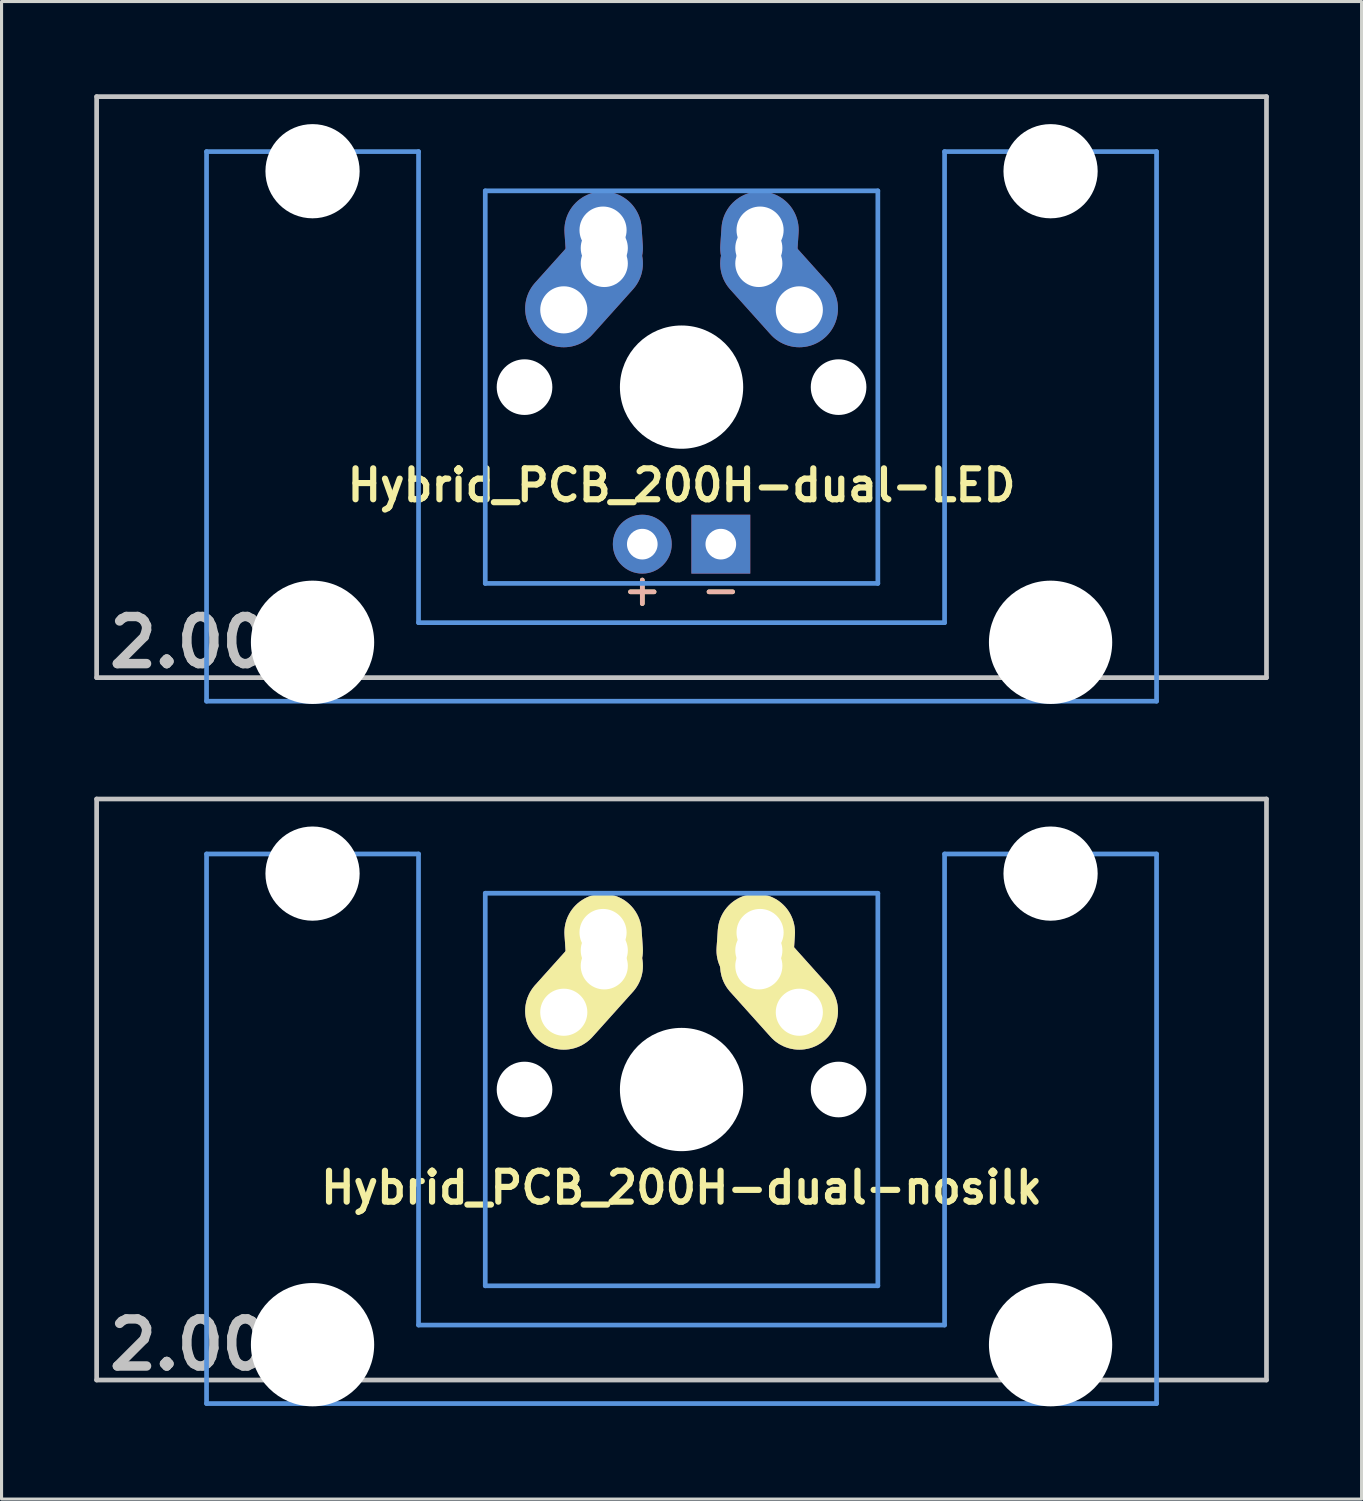
<source format=kicad_pcb>
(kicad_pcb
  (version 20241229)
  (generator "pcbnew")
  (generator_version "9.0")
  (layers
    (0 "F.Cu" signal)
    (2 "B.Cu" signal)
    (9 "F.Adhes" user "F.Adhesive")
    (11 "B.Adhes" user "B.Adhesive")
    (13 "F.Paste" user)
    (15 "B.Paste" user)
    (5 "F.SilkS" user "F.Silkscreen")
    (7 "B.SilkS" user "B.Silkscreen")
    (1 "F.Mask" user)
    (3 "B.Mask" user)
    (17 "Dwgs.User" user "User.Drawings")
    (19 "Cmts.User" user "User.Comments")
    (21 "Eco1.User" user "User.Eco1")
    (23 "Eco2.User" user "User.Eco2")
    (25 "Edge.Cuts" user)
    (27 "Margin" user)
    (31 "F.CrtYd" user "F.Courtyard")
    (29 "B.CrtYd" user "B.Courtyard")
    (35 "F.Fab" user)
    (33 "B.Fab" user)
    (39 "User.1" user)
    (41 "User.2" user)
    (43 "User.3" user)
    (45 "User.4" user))
  (footprint "Hybrid_PCB_200H-dual-LED"
    (layer "F.Cu")
    (at 18.999 9.474)
    (property "Reference" "Hybrid_PCB_200H-dual-LED" (at 0 3.175 0) (layer "F.SilkS") (effects (font (size 1 1) (thickness 0.2))))
    (attr through_hole)
    (fp_line (start -18.923 -9.398) (end 18.923 -9.398) (stroke (width 0.152) (type solid)) (layer "Dwgs.User"))
    (fp_line (start -18.923 9.398) (end -18.923 -9.398) (stroke (width 0.152) (type solid)) (layer "Dwgs.User"))
    (fp_line (start 18.923 -9.398) (end 18.923 9.398) (stroke (width 0.152) (type solid)) (layer "Dwgs.User"))
    (fp_line (start 18.923 9.398) (end -18.923 9.398) (stroke (width 0.152) (type solid)) (layer "Dwgs.User"))
    (fp_line (start -15.367 -7.62) (end -15.367 10.16) (stroke (width 0.152) (type solid)) (layer "Cmts.User"))
    (fp_line (start -15.367 10.16) (end 15.367 10.16) (stroke (width 0.152) (type solid)) (layer "Cmts.User"))
    (fp_line (start -8.509 -7.62) (end -15.367 -7.62) (stroke (width 0.152) (type solid)) (layer "Cmts.User"))
    (fp_line (start -8.509 7.62) (end -8.509 -7.62) (stroke (width 0.152) (type solid)) (layer "Cmts.User"))
    (fp_line (start -6.35 -6.35) (end 6.35 -6.35) (stroke (width 0.152) (type solid)) (layer "Cmts.User"))
    (fp_line (start -6.35 6.35) (end -6.35 -6.35) (stroke (width 0.152) (type solid)) (layer "Cmts.User"))
    (fp_line (start 6.35 -6.35) (end 6.35 6.35) (stroke (width 0.152) (type solid)) (layer "Cmts.User"))
    (fp_line (start 6.35 6.35) (end -6.35 6.35) (stroke (width 0.152) (type solid)) (layer "Cmts.User"))
    (fp_line (start 8.509 -7.62) (end 8.509 7.62) (stroke (width 0.152) (type solid)) (layer "Cmts.User"))
    (fp_line (start 8.509 7.62) (end -8.509 7.62) (stroke (width 0.152) (type solid)) (layer "Cmts.User"))
    (fp_line (start 15.367 -7.62) (end 8.509 -7.62) (stroke (width 0.152) (type solid)) (layer "Cmts.User"))
    (fp_line (start 15.367 10.16) (end 15.367 -7.62) (stroke (width 0.152) (type solid)) (layer "Cmts.User"))
    (fp_line (start -16.129 -2.286) (end -15.265 -2.286) (stroke (width 0.152) (type solid)) (layer "Eco2.User"))
    (fp_line (start -16.129 0.508) (end -16.129 -2.286) (stroke (width 0.152) (type solid)) (layer "Eco2.User"))
    (fp_line (start -15.265 -5.69) (end -8.611 -5.69) (stroke (width 0.152) (type solid)) (layer "Eco2.User"))
    (fp_line (start -15.265 -2.286) (end -15.265 -5.69) (stroke (width 0.152) (type solid)) (layer "Eco2.User"))
    (fp_line (start -15.265 0.508) (end -16.129 0.508) (stroke (width 0.152) (type solid)) (layer "Eco2.User"))
    (fp_line (start -15.265 6.604) (end -15.265 0.508) (stroke (width 0.152) (type solid)) (layer "Eco2.User"))
    (fp_line (start -14.224 6.604) (end -15.265 6.604) (stroke (width 0.152) (type solid)) (layer "Eco2.User"))
    (fp_line (start -14.224 7.772) (end -14.224 6.604) (stroke (width 0.152) (type solid)) (layer "Eco2.User"))
    (fp_line (start -9.652 6.604) (end -9.652 7.772) (stroke (width 0.152) (type solid)) (layer "Eco2.User"))
    (fp_line (start -9.652 7.772) (end -14.224 7.772) (stroke (width 0.152) (type solid)) (layer "Eco2.User"))
    (fp_line (start -8.611 -5.69) (end -8.611 -4.877) (stroke (width 0.152) (type solid)) (layer "Eco2.User"))
    (fp_line (start -8.611 -4.877) (end -6.985 -4.877) (stroke (width 0.152) (type solid)) (layer "Eco2.User"))
    (fp_line (start -8.611 5.817) (end -8.611 6.604) (stroke (width 0.152) (type solid)) (layer "Eco2.User"))
    (fp_line (start -8.611 6.604) (end -9.652 6.604) (stroke (width 0.152) (type solid)) (layer "Eco2.User"))
    (fp_line (start -6.985 -6.985) (end 6.985 -6.985) (stroke (width 0.152) (type solid)) (layer "Eco2.User"))
    (fp_line (start -6.985 -4.877) (end -6.985 -6.985) (stroke (width 0.152) (type solid)) (layer "Eco2.User"))
    (fp_line (start -6.985 5.817) (end -8.611 5.817) (stroke (width 0.152) (type solid)) (layer "Eco2.User"))
    (fp_line (start -6.985 6.985) (end -6.985 5.817) (stroke (width 0.152) (type solid)) (layer "Eco2.User"))
    (fp_line (start 6.985 -6.985) (end 6.985 -4.877) (stroke (width 0.152) (type solid)) (layer "Eco2.User"))
    (fp_line (start 6.985 -4.877) (end 8.611 -4.877) (stroke (width 0.152) (type solid)) (layer "Eco2.User"))
    (fp_line (start 6.985 5.817) (end 6.985 6.985) (stroke (width 0.152) (type solid)) (layer "Eco2.User"))
    (fp_line (start 6.985 6.985) (end -6.985 6.985) (stroke (width 0.152) (type solid)) (layer "Eco2.User"))
    (fp_line (start 8.611 -5.69) (end 15.265 -5.69) (stroke (width 0.152) (type solid)) (layer "Eco2.User"))
    (fp_line (start 8.611 -4.877) (end 8.611 -5.69) (stroke (width 0.152) (type solid)) (layer "Eco2.User"))
    (fp_line (start 8.611 5.817) (end 6.985 5.817) (stroke (width 0.152) (type solid)) (layer "Eco2.User"))
    (fp_line (start 8.611 6.604) (end 8.611 5.817) (stroke (width 0.152) (type solid)) (layer "Eco2.User"))
    (fp_line (start 9.652 6.604) (end 8.611 6.604) (stroke (width 0.152) (type solid)) (layer "Eco2.User"))
    (fp_line (start 9.652 7.772) (end 9.652 6.604) (stroke (width 0.152) (type solid)) (layer "Eco2.User"))
    (fp_line (start 14.224 6.604) (end 14.224 7.772) (stroke (width 0.152) (type solid)) (layer "Eco2.User"))
    (fp_line (start 14.224 7.772) (end 9.652 7.772) (stroke (width 0.152) (type solid)) (layer "Eco2.User"))
    (fp_line (start 15.265 -5.69) (end 15.265 -2.286) (stroke (width 0.152) (type solid)) (layer "Eco2.User"))
    (fp_line (start 15.265 -2.286) (end 16.129 -2.286) (stroke (width 0.152) (type solid)) (layer "Eco2.User"))
    (fp_line (start 15.265 0.508) (end 15.265 6.604) (stroke (width 0.152) (type solid)) (layer "Eco2.User"))
    (fp_line (start 15.265 6.604) (end 14.224 6.604) (stroke (width 0.152) (type solid)) (layer "Eco2.User"))
    (fp_line (start 16.129 -2.286) (end 16.129 0.508) (stroke (width 0.152) (type solid)) (layer "Eco2.User"))
    (fp_line (start 16.129 0.508) (end 15.265 0.508) (stroke (width 0.152) (type solid)) (layer "Eco2.User"))
    (fp_text user "+" (at -1.27 6.548 0) (layer "F.SilkS") (effects (font (size 1 1) (thickness 0.15))))
    (fp_text user "-" (at 1.27 6.548 0) (layer "F.SilkS") (effects (font (size 1 1) (thickness 0.15))))
    (fp_text user "-" (at 1.27 6.548 0) (layer "B.SilkS") (effects (font (size 1 1) (thickness 0.15)) (justify mirror)))
    (fp_text user "+" (at -1.27 6.548 0) (layer "B.SilkS") (effects (font (size 1 1) (thickness 0.15)) (justify mirror)))
    (fp_text user "2.00u" (at -15.24 8.255 0) (layer "Dwgs.User") (effects (font (size 1.524 1.524) (thickness 0.305))))
    (pad "" np_thru_hole circle (at -11.938 -6.985) (size 3.048 3.048) (drill 3.048) (layers "*.Cu"))
    (pad "" np_thru_hole circle (at -11.938 8.255) (size 3.988 3.988) (drill 3.988) (layers "*.Cu"))
    (pad "" np_thru_hole circle (at -5.08 0) (size 1.8 1.8) (drill 1.8) (layers "*.Cu"))
    (pad "" np_thru_hole circle (at 0 0) (size 3.988 3.988) (drill 3.988) (layers "*.Cu"))
    (pad "" np_thru_hole circle (at 5.08 0) (size 1.8 1.8) (drill 1.8) (layers "*.Cu"))
    (pad "" np_thru_hole circle (at 11.938 -6.985) (size 3.048 3.048) (drill 3.048) (layers "*.Cu"))
    (pad "" np_thru_hole circle (at 11.938 8.255) (size 3.988 3.988) (drill 3.988) (layers "*.Cu"))
    (pad "1" thru_hole circle (at -3.81 -2.5 3.9) (size 2 2) (drill 1.524) (layers "*.Cu" "*.Mask"))
    (pad "1" smd oval (at -3.155 -3.27 138.1) (size 2.5 4.462) (layers "F.Cu" "F.Mask" "F.Paste"))
    (pad "1" smd oval (at -3.155 -3.27 138.1) (size 2.5 4.462) (layers "B.Cu" "B.Mask" "B.Paste"))
    (pad "1" thru_hole circle (at -2.54 -5.08) (size 2 2) (drill 1.524) (layers "*.Cu" "*.Mask"))
    (pad "1" smd oval (at -2.52 -4.79 3.9) (size 2.5 3.081) (layers "F.Cu" "F.Mask" "F.Paste"))
    (pad "1" smd oval (at -2.52 -4.79 3.9) (size 2.5 3.081) (layers "B.Cu" "B.Mask" "B.Paste"))
    (pad "1" thru_hole circle (at -2.5 -4.5) (size 2 2) (drill 1.524) (layers "*.Cu" "*.Mask"))
    (pad "1" thru_hole circle (at -2.5 -4) (size 2 2) (drill 1.524) (layers "*.Cu" "*.Mask"))
    (pad "2" thru_hole circle (at 2.5 -4.5 3.9) (size 2 2) (drill 1.524) (layers "*.Cu" "*.Mask"))
    (pad "2" thru_hole circle (at 2.5 -4 3.9) (size 2 2) (drill 1.524) (layers "*.Cu" "*.Mask"))
    (pad "2" smd oval (at 2.52 -4.79 356.1) (size 2.5 3.081) (layers "F.Cu" "F.Mask" "F.Paste"))
    (pad "2" smd oval (at 2.52 -4.79 356.1) (size 2.5 3.081) (layers "B.Cu" "B.Mask" "B.Paste"))
    (pad "2" thru_hole circle (at 2.54 -5.08 3.9) (size 2 2) (drill 1.524) (layers "*.Cu" "*.Mask"))
    (pad "2" smd oval (at 3.155 -3.27 221.9) (size 2.5 4.462) (layers "F.Cu" "F.Mask" "F.Paste"))
    (pad "2" smd oval (at 3.155 -3.27 221.9) (size 2.5 4.462) (layers "B.Cu" "B.Mask" "B.Paste"))
    (pad "2" thru_hole circle (at 3.81 -2.5 3.9) (size 2 2) (drill 1.524) (layers "*.Cu" "*.Mask"))
    (pad "3" thru_hole circle (at -1.27 5.08) (size 1.905 1.905) (drill 0.991) (layers "*.Cu" "*.Mask"))
    (pad "4" thru_hole rect (at 1.27 5.08) (size 1.905 1.905) (drill 0.991) (layers "*.Cu" "*.Mask")))
  (footprint "Hybrid_PCB_200H-dual-nosilk"
    (layer "F.Cu")
    (at 18.999 32.197)
    (property "Reference" "Hybrid_PCB_200H-dual-nosilk" (at 0 3.175 0) (layer "F.SilkS") (effects (font (size 1 1) (thickness 0.2))))
    (attr through_hole)
    (fp_line (start -18.923 -9.398) (end 18.923 -9.398) (stroke (width 0.152) (type solid)) (layer "Dwgs.User"))
    (fp_line (start -18.923 9.398) (end -18.923 -9.398) (stroke (width 0.152) (type solid)) (layer "Dwgs.User"))
    (fp_line (start 18.923 -9.398) (end 18.923 9.398) (stroke (width 0.152) (type solid)) (layer "Dwgs.User"))
    (fp_line (start 18.923 9.398) (end -18.923 9.398) (stroke (width 0.152) (type solid)) (layer "Dwgs.User"))
    (fp_line (start -15.367 -7.62) (end -15.367 10.16) (stroke (width 0.152) (type solid)) (layer "Cmts.User"))
    (fp_line (start -15.367 10.16) (end 15.367 10.16) (stroke (width 0.152) (type solid)) (layer "Cmts.User"))
    (fp_line (start -8.509 -7.62) (end -15.367 -7.62) (stroke (width 0.152) (type solid)) (layer "Cmts.User"))
    (fp_line (start -8.509 7.62) (end -8.509 -7.62) (stroke (width 0.152) (type solid)) (layer "Cmts.User"))
    (fp_line (start -6.35 -6.35) (end 6.35 -6.35) (stroke (width 0.152) (type solid)) (layer "Cmts.User"))
    (fp_line (start -6.35 6.35) (end -6.35 -6.35) (stroke (width 0.152) (type solid)) (layer "Cmts.User"))
    (fp_line (start 6.35 -6.35) (end 6.35 6.35) (stroke (width 0.152) (type solid)) (layer "Cmts.User"))
    (fp_line (start 6.35 6.35) (end -6.35 6.35) (stroke (width 0.152) (type solid)) (layer "Cmts.User"))
    (fp_line (start 8.509 -7.62) (end 8.509 7.62) (stroke (width 0.152) (type solid)) (layer "Cmts.User"))
    (fp_line (start 8.509 7.62) (end -8.509 7.62) (stroke (width 0.152) (type solid)) (layer "Cmts.User"))
    (fp_line (start 15.367 -7.62) (end 8.509 -7.62) (stroke (width 0.152) (type solid)) (layer "Cmts.User"))
    (fp_line (start 15.367 10.16) (end 15.367 -7.62) (stroke (width 0.152) (type solid)) (layer "Cmts.User"))
    (fp_line (start -16.129 -2.286) (end -15.265 -2.286) (stroke (width 0.152) (type solid)) (layer "Eco2.User"))
    (fp_line (start -16.129 0.508) (end -16.129 -2.286) (stroke (width 0.152) (type solid)) (layer "Eco2.User"))
    (fp_line (start -15.265 -5.69) (end -8.611 -5.69) (stroke (width 0.152) (type solid)) (layer "Eco2.User"))
    (fp_line (start -15.265 -2.286) (end -15.265 -5.69) (stroke (width 0.152) (type solid)) (layer "Eco2.User"))
    (fp_line (start -15.265 0.508) (end -16.129 0.508) (stroke (width 0.152) (type solid)) (layer "Eco2.User"))
    (fp_line (start -15.265 6.604) (end -15.265 0.508) (stroke (width 0.152) (type solid)) (layer "Eco2.User"))
    (fp_line (start -14.224 6.604) (end -15.265 6.604) (stroke (width 0.152) (type solid)) (layer "Eco2.User"))
    (fp_line (start -14.224 7.772) (end -14.224 6.604) (stroke (width 0.152) (type solid)) (layer "Eco2.User"))
    (fp_line (start -9.652 6.604) (end -9.652 7.772) (stroke (width 0.152) (type solid)) (layer "Eco2.User"))
    (fp_line (start -9.652 7.772) (end -14.224 7.772) (stroke (width 0.152) (type solid)) (layer "Eco2.User"))
    (fp_line (start -8.611 -5.69) (end -8.611 -4.877) (stroke (width 0.152) (type solid)) (layer "Eco2.User"))
    (fp_line (start -8.611 -4.877) (end -6.985 -4.877) (stroke (width 0.152) (type solid)) (layer "Eco2.User"))
    (fp_line (start -8.611 5.817) (end -8.611 6.604) (stroke (width 0.152) (type solid)) (layer "Eco2.User"))
    (fp_line (start -8.611 6.604) (end -9.652 6.604) (stroke (width 0.152) (type solid)) (layer "Eco2.User"))
    (fp_line (start -6.985 -6.985) (end 6.985 -6.985) (stroke (width 0.152) (type solid)) (layer "Eco2.User"))
    (fp_line (start -6.985 -4.877) (end -6.985 -6.985) (stroke (width 0.152) (type solid)) (layer "Eco2.User"))
    (fp_line (start -6.985 5.817) (end -8.611 5.817) (stroke (width 0.152) (type solid)) (layer "Eco2.User"))
    (fp_line (start -6.985 6.985) (end -6.985 5.817) (stroke (width 0.152) (type solid)) (layer "Eco2.User"))
    (fp_line (start 6.985 -6.985) (end 6.985 -4.877) (stroke (width 0.152) (type solid)) (layer "Eco2.User"))
    (fp_line (start 6.985 -4.877) (end 8.611 -4.877) (stroke (width 0.152) (type solid)) (layer "Eco2.User"))
    (fp_line (start 6.985 5.817) (end 6.985 6.985) (stroke (width 0.152) (type solid)) (layer "Eco2.User"))
    (fp_line (start 6.985 6.985) (end -6.985 6.985) (stroke (width 0.152) (type solid)) (layer "Eco2.User"))
    (fp_line (start 8.611 -5.69) (end 15.265 -5.69) (stroke (width 0.152) (type solid)) (layer "Eco2.User"))
    (fp_line (start 8.611 -4.877) (end 8.611 -5.69) (stroke (width 0.152) (type solid)) (layer "Eco2.User"))
    (fp_line (start 8.611 5.817) (end 6.985 5.817) (stroke (width 0.152) (type solid)) (layer "Eco2.User"))
    (fp_line (start 8.611 6.604) (end 8.611 5.817) (stroke (width 0.152) (type solid)) (layer "Eco2.User"))
    (fp_line (start 9.652 6.604) (end 8.611 6.604) (stroke (width 0.152) (type solid)) (layer "Eco2.User"))
    (fp_line (start 9.652 7.772) (end 9.652 6.604) (stroke (width 0.152) (type solid)) (layer "Eco2.User"))
    (fp_line (start 14.224 6.604) (end 14.224 7.772) (stroke (width 0.152) (type solid)) (layer "Eco2.User"))
    (fp_line (start 14.224 7.772) (end 9.652 7.772) (stroke (width 0.152) (type solid)) (layer "Eco2.User"))
    (fp_line (start 15.265 -5.69) (end 15.265 -2.286) (stroke (width 0.152) (type solid)) (layer "Eco2.User"))
    (fp_line (start 15.265 -2.286) (end 16.129 -2.286) (stroke (width 0.152) (type solid)) (layer "Eco2.User"))
    (fp_line (start 15.265 0.508) (end 15.265 6.604) (stroke (width 0.152) (type solid)) (layer "Eco2.User"))
    (fp_line (start 15.265 6.604) (end 14.224 6.604) (stroke (width 0.152) (type solid)) (layer "Eco2.User"))
    (fp_line (start 16.129 -2.286) (end 16.129 0.508) (stroke (width 0.152) (type solid)) (layer "Eco2.User"))
    (fp_line (start 16.129 0.508) (end 15.265 0.508) (stroke (width 0.152) (type solid)) (layer "Eco2.User"))
    (fp_text user "2.00u" (at -15.24 8.255 0) (layer "Dwgs.User") (effects (font (size 1.524 1.524) (thickness 0.305))))
    (pad "" np_thru_hole circle (at -11.938 -6.985) (size 3.048 3.048) (drill 3.048) (layers "*.Cu"))
    (pad "" np_thru_hole circle (at -11.938 8.255) (size 3.988 3.988) (drill 3.988) (layers "*.Cu"))
    (pad "" np_thru_hole circle (at -5.08 0) (size 1.8 1.8) (drill 1.8) (layers "*.Cu"))
    (pad "" np_thru_hole circle (at 0 0) (size 3.988 3.988) (drill 3.988) (layers "*.Cu"))
    (pad "" np_thru_hole circle (at 5.08 0) (size 1.8 1.8) (drill 1.8) (layers "*.Cu"))
    (pad "" np_thru_hole circle (at 11.938 -6.985) (size 3.048 3.048) (drill 3.048) (layers "*.Cu"))
    (pad "" np_thru_hole circle (at 11.938 8.255) (size 3.988 3.988) (drill 3.988) (layers "*.Cu"))
    (pad "1" thru_hole circle (at -3.81 -2.5 3.9) (size 2 2) (drill 1.524) (layers "*.Cu" "*.Mask"))
    (pad "1" thru_hole oval (at -3.155 -3.27 138.1) (size 2.5 4.462) (drill 0.0001) (layers "*.Cu" "*.Mask" "F.SilkS"))
    (pad "1" thru_hole circle (at -2.54 -5.08) (size 2 2) (drill 1.524) (layers "*.Cu" "*.Mask" "F.SilkS"))
    (pad "1" thru_hole oval (at -2.52 -4.79 3.9) (size 2.5 3.081) (drill 0.0001) (layers "*.Cu" "*.Mask" "F.SilkS"))
    (pad "1" thru_hole circle (at -2.5 -4.5) (size 2 2) (drill 1.524) (layers "*.Cu" "*.Mask" "F.SilkS"))
    (pad "1" thru_hole circle (at -2.5 -4) (size 2 2) (drill 1.524) (layers "*.Cu" "*.Mask" "F.SilkS"))
    (pad "2" thru_hole oval (at 2.4 -4.79 356.1) (size 2.5 3.081) (drill 0.0001) (layers "*.Cu" "*.Mask" "F.SilkS"))
    (pad "2" thru_hole circle (at 2.5 -4.5 3.9) (size 2 2) (drill 1.524) (layers "*.Cu" "*.Mask"))
    (pad "2" thru_hole circle (at 2.5 -4 3.9) (size 2 2) (drill 1.524) (layers "*.Cu" "*.Mask"))
    (pad "2" thru_hole circle (at 2.54 -5.08 3.9) (size 2 2) (drill 1.524) (layers "*.Cu" "*.Mask"))
    (pad "2" thru_hole oval (at 3.155 -3.27 221.9) (size 2.5 4.462) (drill 0.0001) (layers "*.Cu" "*.Mask" "F.SilkS"))
    (pad "2" thru_hole circle (at 3.81 -2.5 3.9) (size 2 2) (drill 1.524) (layers "*.Cu" "*.Mask")))
  (gr_rect
    (start -3 -3)
    (end 40.998 45.446)
    (stroke (width 0.1) (type default))
    (fill no)
    (layer "Edge.Cuts")))
</source>
